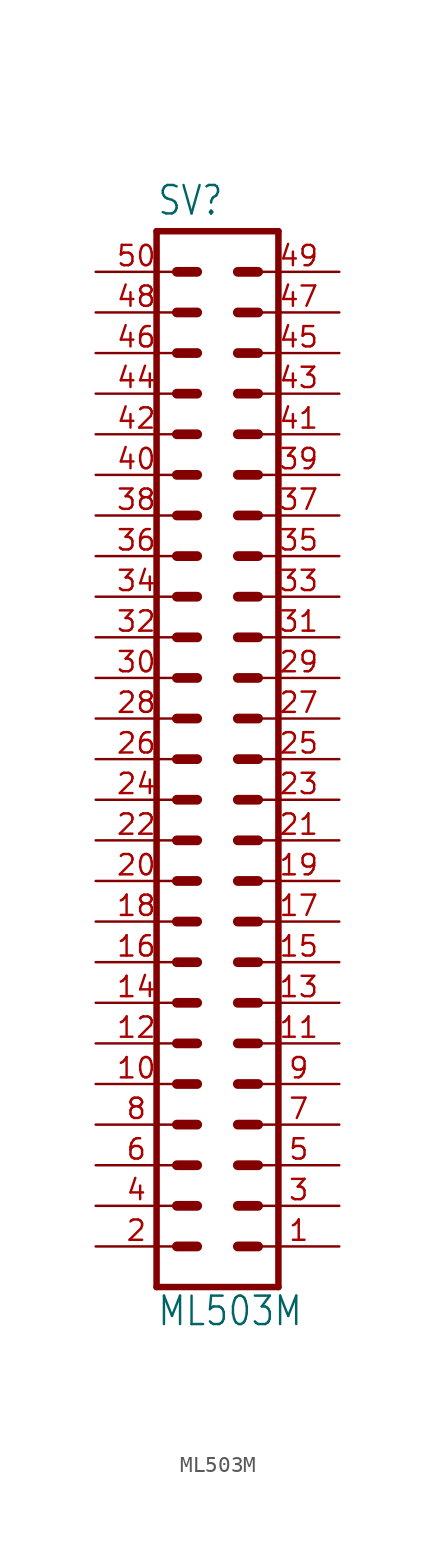
<source format=kicad_sym>
(kicad_symbol_lib
  (version 20211014)
  (generator kicad_symbol_editor)
  (symbol "ML503M"
    (property "Reference" "SV"
      (at -3.81 33.909 0)
      (effects (font (size 1.778 1.511)) (justify left bottom)))
    (property "Value" "ML503M"
      (at -3.81 -35.56 0)
      (effects (font (size 1.778 1.511)) (justify left bottom)))
    (property "ki_locked" ""
      (at 0 0 0)
      (effects (font (size 1.27 1.27))))
    (symbol "ML503M_1_0"
      (polyline (pts (xy -3.81 33.02) (xy -3.81 -33.02)) (stroke (width 0.406) (type default) (color 0 0 0 0)) (fill (type none)))
      (polyline (pts (xy -3.81 33.02) (xy 3.81 33.02)) (stroke (width 0.406) (type default) (color 0 0 0 0)) (fill (type none)))
      (polyline (pts (xy -2.54 -30.48) (xy -1.27 -30.48)) (stroke (width 0.61) (type default) (color 0 0 0 0)) (fill (type none)))
      (polyline (pts (xy -2.54 -27.94) (xy -1.27 -27.94)) (stroke (width 0.61) (type default) (color 0 0 0 0)) (fill (type none)))
      (polyline (pts (xy -2.54 -25.4) (xy -1.27 -25.4)) (stroke (width 0.61) (type default) (color 0 0 0 0)) (fill (type none)))
      (polyline (pts (xy -2.54 -22.86) (xy -1.27 -22.86)) (stroke (width 0.61) (type default) (color 0 0 0 0)) (fill (type none)))
      (polyline (pts (xy -2.54 -20.32) (xy -1.27 -20.32)) (stroke (width 0.61) (type default) (color 0 0 0 0)) (fill (type none)))
      (polyline (pts (xy -2.54 -17.78) (xy -1.27 -17.78)) (stroke (width 0.61) (type default) (color 0 0 0 0)) (fill (type none)))
      (polyline (pts (xy -2.54 -15.24) (xy -1.27 -15.24)) (stroke (width 0.61) (type default) (color 0 0 0 0)) (fill (type none)))
      (polyline (pts (xy -2.54 -12.7) (xy -1.27 -12.7)) (stroke (width 0.61) (type default) (color 0 0 0 0)) (fill (type none)))
      (polyline (pts (xy -2.54 -10.16) (xy -1.27 -10.16)) (stroke (width 0.61) (type default) (color 0 0 0 0)) (fill (type none)))
      (polyline (pts (xy -2.54 -7.62) (xy -1.27 -7.62)) (stroke (width 0.61) (type default) (color 0 0 0 0)) (fill (type none)))
      (polyline (pts (xy -2.54 -5.08) (xy -1.27 -5.08)) (stroke (width 0.61) (type default) (color 0 0 0 0)) (fill (type none)))
      (polyline (pts (xy -2.54 -2.54) (xy -1.27 -2.54)) (stroke (width 0.61) (type default) (color 0 0 0 0)) (fill (type none)))
      (polyline (pts (xy -2.54 0) (xy -1.27 0)) (stroke (width 0.61) (type default) (color 0 0 0 0)) (fill (type none)))
      (polyline (pts (xy -2.54 2.54) (xy -1.27 2.54)) (stroke (width 0.61) (type default) (color 0 0 0 0)) (fill (type none)))
      (polyline (pts (xy -2.54 5.08) (xy -1.27 5.08)) (stroke (width 0.61) (type default) (color 0 0 0 0)) (fill (type none)))
      (polyline (pts (xy -2.54 7.62) (xy -1.27 7.62)) (stroke (width 0.61) (type default) (color 0 0 0 0)) (fill (type none)))
      (polyline (pts (xy -2.54 10.16) (xy -1.27 10.16)) (stroke (width 0.61) (type default) (color 0 0 0 0)) (fill (type none)))
      (polyline (pts (xy -2.54 12.7) (xy -1.27 12.7)) (stroke (width 0.61) (type default) (color 0 0 0 0)) (fill (type none)))
      (polyline (pts (xy -2.54 15.24) (xy -1.27 15.24)) (stroke (width 0.61) (type default) (color 0 0 0 0)) (fill (type none)))
      (polyline (pts (xy -2.54 17.78) (xy -1.27 17.78)) (stroke (width 0.61) (type default) (color 0 0 0 0)) (fill (type none)))
      (polyline (pts (xy -2.54 20.32) (xy -1.27 20.32)) (stroke (width 0.61) (type default) (color 0 0 0 0)) (fill (type none)))
      (polyline (pts (xy -2.54 22.86) (xy -1.27 22.86)) (stroke (width 0.61) (type default) (color 0 0 0 0)) (fill (type none)))
      (polyline (pts (xy -2.54 25.4) (xy -1.27 25.4)) (stroke (width 0.61) (type default) (color 0 0 0 0)) (fill (type none)))
      (polyline (pts (xy -2.54 27.94) (xy -1.27 27.94)) (stroke (width 0.61) (type default) (color 0 0 0 0)) (fill (type none)))
      (polyline (pts (xy -2.54 30.48) (xy -1.27 30.48)) (stroke (width 0.61) (type default) (color 0 0 0 0)) (fill (type none)))
      (polyline (pts (xy 1.27 -30.48) (xy 2.54 -30.48)) (stroke (width 0.61) (type default) (color 0 0 0 0)) (fill (type none)))
      (polyline (pts (xy 1.27 -27.94) (xy 2.54 -27.94)) (stroke (width 0.61) (type default) (color 0 0 0 0)) (fill (type none)))
      (polyline (pts (xy 1.27 -25.4) (xy 2.54 -25.4)) (stroke (width 0.61) (type default) (color 0 0 0 0)) (fill (type none)))
      (polyline (pts (xy 1.27 -22.86) (xy 2.54 -22.86)) (stroke (width 0.61) (type default) (color 0 0 0 0)) (fill (type none)))
      (polyline (pts (xy 1.27 -20.32) (xy 2.54 -20.32)) (stroke (width 0.61) (type default) (color 0 0 0 0)) (fill (type none)))
      (polyline (pts (xy 1.27 -17.78) (xy 2.54 -17.78)) (stroke (width 0.61) (type default) (color 0 0 0 0)) (fill (type none)))
      (polyline (pts (xy 1.27 -15.24) (xy 2.54 -15.24)) (stroke (width 0.61) (type default) (color 0 0 0 0)) (fill (type none)))
      (polyline (pts (xy 1.27 -12.7) (xy 2.54 -12.7)) (stroke (width 0.61) (type default) (color 0 0 0 0)) (fill (type none)))
      (polyline (pts (xy 1.27 -10.16) (xy 2.54 -10.16)) (stroke (width 0.61) (type default) (color 0 0 0 0)) (fill (type none)))
      (polyline (pts (xy 1.27 -7.62) (xy 2.54 -7.62)) (stroke (width 0.61) (type default) (color 0 0 0 0)) (fill (type none)))
      (polyline (pts (xy 1.27 -5.08) (xy 2.54 -5.08)) (stroke (width 0.61) (type default) (color 0 0 0 0)) (fill (type none)))
      (polyline (pts (xy 1.27 -2.54) (xy 2.54 -2.54)) (stroke (width 0.61) (type default) (color 0 0 0 0)) (fill (type none)))
      (polyline (pts (xy 1.27 0) (xy 2.54 0)) (stroke (width 0.61) (type default) (color 0 0 0 0)) (fill (type none)))
      (polyline (pts (xy 1.27 2.54) (xy 2.54 2.54)) (stroke (width 0.61) (type default) (color 0 0 0 0)) (fill (type none)))
      (polyline (pts (xy 1.27 5.08) (xy 2.54 5.08)) (stroke (width 0.61) (type default) (color 0 0 0 0)) (fill (type none)))
      (polyline (pts (xy 1.27 7.62) (xy 2.54 7.62)) (stroke (width 0.61) (type default) (color 0 0 0 0)) (fill (type none)))
      (polyline (pts (xy 1.27 10.16) (xy 2.54 10.16)) (stroke (width 0.61) (type default) (color 0 0 0 0)) (fill (type none)))
      (polyline (pts (xy 1.27 12.7) (xy 2.54 12.7)) (stroke (width 0.61) (type default) (color 0 0 0 0)) (fill (type none)))
      (polyline (pts (xy 1.27 15.24) (xy 2.54 15.24)) (stroke (width 0.61) (type default) (color 0 0 0 0)) (fill (type none)))
      (polyline (pts (xy 1.27 17.78) (xy 2.54 17.78)) (stroke (width 0.61) (type default) (color 0 0 0 0)) (fill (type none)))
      (polyline (pts (xy 1.27 20.32) (xy 2.54 20.32)) (stroke (width 0.61) (type default) (color 0 0 0 0)) (fill (type none)))
      (polyline (pts (xy 1.27 22.86) (xy 2.54 22.86)) (stroke (width 0.61) (type default) (color 0 0 0 0)) (fill (type none)))
      (polyline (pts (xy 1.27 25.4) (xy 2.54 25.4)) (stroke (width 0.61) (type default) (color 0 0 0 0)) (fill (type none)))
      (polyline (pts (xy 1.27 27.94) (xy 2.54 27.94)) (stroke (width 0.61) (type default) (color 0 0 0 0)) (fill (type none)))
      (polyline (pts (xy 1.27 30.48) (xy 2.54 30.48)) (stroke (width 0.61) (type default) (color 0 0 0 0)) (fill (type none)))
      (polyline (pts (xy 3.81 -33.02) (xy -3.81 -33.02)) (stroke (width 0.406) (type default) (color 0 0 0 0)) (fill (type none)))
      (polyline (pts (xy 3.81 -33.02) (xy 3.81 33.02)) (stroke (width 0.406) (type default) (color 0 0 0 0)) (fill (type none)))
      (pin passive line (at 7.62 -30.48 180) (length 5.08) (name "1" (effects (font (size 0 0)))) (number "1" (effects (font (size 1.27 1.27)))))
      (pin passive line (at -7.62 -20.32 0) (length 5.08) (name "10" (effects (font (size 0 0)))) (number "10" (effects (font (size 1.27 1.27)))))
      (pin passive line (at 7.62 -17.78 180) (length 5.08) (name "11" (effects (font (size 0 0)))) (number "11" (effects (font (size 1.27 1.27)))))
      (pin passive line (at -7.62 -17.78 0) (length 5.08) (name "12" (effects (font (size 0 0)))) (number "12" (effects (font (size 1.27 1.27)))))
      (pin passive line (at 7.62 -15.24 180) (length 5.08) (name "13" (effects (font (size 0 0)))) (number "13" (effects (font (size 1.27 1.27)))))
      (pin passive line (at -7.62 -15.24 0) (length 5.08) (name "14" (effects (font (size 0 0)))) (number "14" (effects (font (size 1.27 1.27)))))
      (pin passive line (at 7.62 -12.7 180) (length 5.08) (name "15" (effects (font (size 0 0)))) (number "15" (effects (font (size 1.27 1.27)))))
      (pin passive line (at -7.62 -12.7 0) (length 5.08) (name "16" (effects (font (size 0 0)))) (number "16" (effects (font (size 1.27 1.27)))))
      (pin passive line (at 7.62 -10.16 180) (length 5.08) (name "17" (effects (font (size 0 0)))) (number "17" (effects (font (size 1.27 1.27)))))
      (pin passive line (at -7.62 -10.16 0) (length 5.08) (name "18" (effects (font (size 0 0)))) (number "18" (effects (font (size 1.27 1.27)))))
      (pin passive line (at 7.62 -7.62 180) (length 5.08) (name "19" (effects (font (size 0 0)))) (number "19" (effects (font (size 1.27 1.27)))))
      (pin passive line (at -7.62 -30.48 0) (length 5.08) (name "2" (effects (font (size 0 0)))) (number "2" (effects (font (size 1.27 1.27)))))
      (pin passive line (at -7.62 -7.62 0) (length 5.08) (name "20" (effects (font (size 0 0)))) (number "20" (effects (font (size 1.27 1.27)))))
      (pin passive line (at 7.62 -5.08 180) (length 5.08) (name "21" (effects (font (size 0 0)))) (number "21" (effects (font (size 1.27 1.27)))))
      (pin passive line (at -7.62 -5.08 0) (length 5.08) (name "22" (effects (font (size 0 0)))) (number "22" (effects (font (size 1.27 1.27)))))
      (pin passive line (at 7.62 -2.54 180) (length 5.08) (name "23" (effects (font (size 0 0)))) (number "23" (effects (font (size 1.27 1.27)))))
      (pin passive line (at -7.62 -2.54 0) (length 5.08) (name "24" (effects (font (size 0 0)))) (number "24" (effects (font (size 1.27 1.27)))))
      (pin passive line (at 7.62 0 180) (length 5.08) (name "25" (effects (font (size 0 0)))) (number "25" (effects (font (size 1.27 1.27)))))
      (pin passive line (at -7.62 0 0) (length 5.08) (name "26" (effects (font (size 0 0)))) (number "26" (effects (font (size 1.27 1.27)))))
      (pin passive line (at 7.62 2.54 180) (length 5.08) (name "27" (effects (font (size 0 0)))) (number "27" (effects (font (size 1.27 1.27)))))
      (pin passive line (at -7.62 2.54 0) (length 5.08) (name "28" (effects (font (size 0 0)))) (number "28" (effects (font (size 1.27 1.27)))))
      (pin passive line (at 7.62 5.08 180) (length 5.08) (name "29" (effects (font (size 0 0)))) (number "29" (effects (font (size 1.27 1.27)))))
      (pin passive line (at 7.62 -27.94 180) (length 5.08) (name "3" (effects (font (size 0 0)))) (number "3" (effects (font (size 1.27 1.27)))))
      (pin passive line (at -7.62 5.08 0) (length 5.08) (name "30" (effects (font (size 0 0)))) (number "30" (effects (font (size 1.27 1.27)))))
      (pin passive line (at 7.62 7.62 180) (length 5.08) (name "31" (effects (font (size 0 0)))) (number "31" (effects (font (size 1.27 1.27)))))
      (pin passive line (at -7.62 7.62 0) (length 5.08) (name "32" (effects (font (size 0 0)))) (number "32" (effects (font (size 1.27 1.27)))))
      (pin passive line (at 7.62 10.16 180) (length 5.08) (name "33" (effects (font (size 0 0)))) (number "33" (effects (font (size 1.27 1.27)))))
      (pin passive line (at -7.62 10.16 0) (length 5.08) (name "34" (effects (font (size 0 0)))) (number "34" (effects (font (size 1.27 1.27)))))
      (pin passive line (at 7.62 12.7 180) (length 5.08) (name "35" (effects (font (size 0 0)))) (number "35" (effects (font (size 1.27 1.27)))))
      (pin passive line (at -7.62 12.7 0) (length 5.08) (name "36" (effects (font (size 0 0)))) (number "36" (effects (font (size 1.27 1.27)))))
      (pin passive line (at 7.62 15.24 180) (length 5.08) (name "37" (effects (font (size 0 0)))) (number "37" (effects (font (size 1.27 1.27)))))
      (pin passive line (at -7.62 15.24 0) (length 5.08) (name "38" (effects (font (size 0 0)))) (number "38" (effects (font (size 1.27 1.27)))))
      (pin passive line (at 7.62 17.78 180) (length 5.08) (name "39" (effects (font (size 0 0)))) (number "39" (effects (font (size 1.27 1.27)))))
      (pin passive line (at -7.62 -27.94 0) (length 5.08) (name "4" (effects (font (size 0 0)))) (number "4" (effects (font (size 1.27 1.27)))))
      (pin passive line (at -7.62 17.78 0) (length 5.08) (name "40" (effects (font (size 0 0)))) (number "40" (effects (font (size 1.27 1.27)))))
      (pin passive line (at 7.62 20.32 180) (length 5.08) (name "41" (effects (font (size 0 0)))) (number "41" (effects (font (size 1.27 1.27)))))
      (pin passive line (at -7.62 20.32 0) (length 5.08) (name "42" (effects (font (size 0 0)))) (number "42" (effects (font (size 1.27 1.27)))))
      (pin passive line (at 7.62 22.86 180) (length 5.08) (name "43" (effects (font (size 0 0)))) (number "43" (effects (font (size 1.27 1.27)))))
      (pin passive line (at -7.62 22.86 0) (length 5.08) (name "44" (effects (font (size 0 0)))) (number "44" (effects (font (size 1.27 1.27)))))
      (pin passive line (at 7.62 25.4 180) (length 5.08) (name "45" (effects (font (size 0 0)))) (number "45" (effects (font (size 1.27 1.27)))))
      (pin passive line (at -7.62 25.4 0) (length 5.08) (name "46" (effects (font (size 0 0)))) (number "46" (effects (font (size 1.27 1.27)))))
      (pin passive line (at 7.62 27.94 180) (length 5.08) (name "47" (effects (font (size 0 0)))) (number "47" (effects (font (size 1.27 1.27)))))
      (pin passive line (at -7.62 27.94 0) (length 5.08) (name "48" (effects (font (size 0 0)))) (number "48" (effects (font (size 1.27 1.27)))))
      (pin passive line (at 7.62 30.48 180) (length 5.08) (name "49" (effects (font (size 0 0)))) (number "49" (effects (font (size 1.27 1.27)))))
      (pin passive line (at 7.62 -25.4 180) (length 5.08) (name "5" (effects (font (size 0 0)))) (number "5" (effects (font (size 1.27 1.27)))))
      (pin passive line (at -7.62 30.48 0) (length 5.08) (name "50" (effects (font (size 0 0)))) (number "50" (effects (font (size 1.27 1.27)))))
      (pin passive line (at -7.62 -25.4 0) (length 5.08) (name "6" (effects (font (size 0 0)))) (number "6" (effects (font (size 1.27 1.27)))))
      (pin passive line (at 7.62 -22.86 180) (length 5.08) (name "7" (effects (font (size 0 0)))) (number "7" (effects (font (size 1.27 1.27)))))
      (pin passive line (at -7.62 -22.86 0) (length 5.08) (name "8" (effects (font (size 0 0)))) (number "8" (effects (font (size 1.27 1.27)))))
      (pin passive line (at 7.62 -20.32 180) (length 5.08) (name "9" (effects (font (size 0 0)))) (number "9" (effects (font (size 1.27 1.27))))))))
</source>
